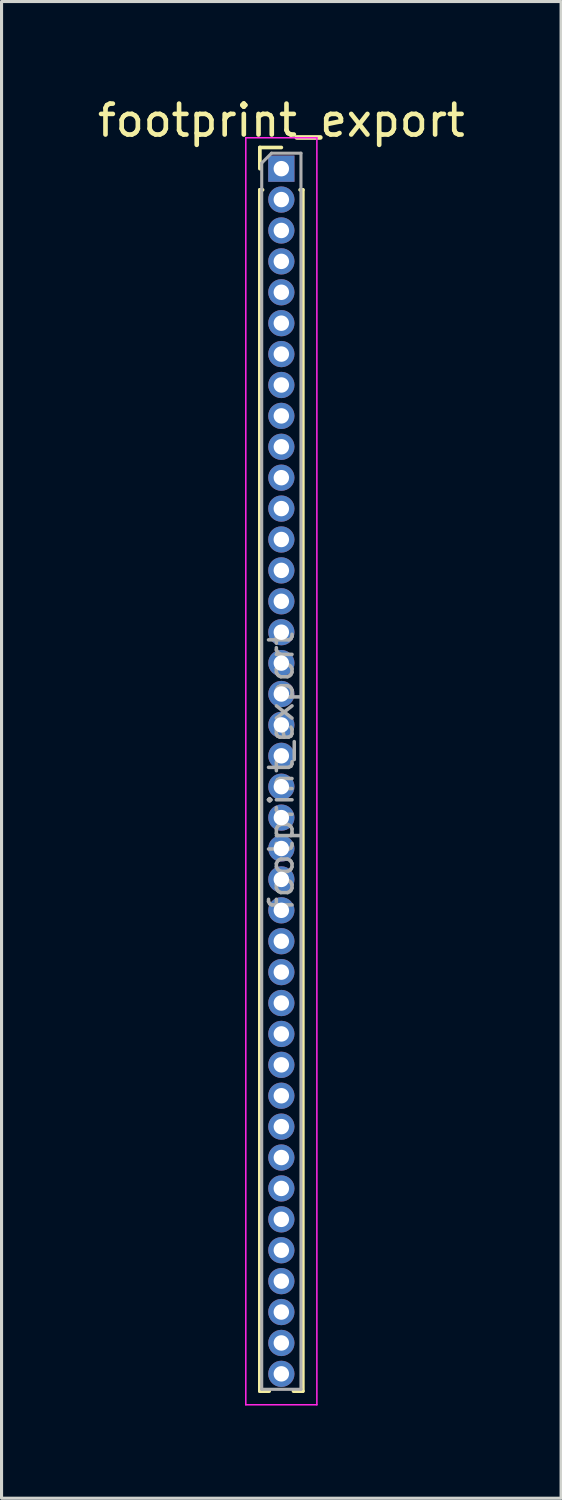
<source format=kicad_pcb>
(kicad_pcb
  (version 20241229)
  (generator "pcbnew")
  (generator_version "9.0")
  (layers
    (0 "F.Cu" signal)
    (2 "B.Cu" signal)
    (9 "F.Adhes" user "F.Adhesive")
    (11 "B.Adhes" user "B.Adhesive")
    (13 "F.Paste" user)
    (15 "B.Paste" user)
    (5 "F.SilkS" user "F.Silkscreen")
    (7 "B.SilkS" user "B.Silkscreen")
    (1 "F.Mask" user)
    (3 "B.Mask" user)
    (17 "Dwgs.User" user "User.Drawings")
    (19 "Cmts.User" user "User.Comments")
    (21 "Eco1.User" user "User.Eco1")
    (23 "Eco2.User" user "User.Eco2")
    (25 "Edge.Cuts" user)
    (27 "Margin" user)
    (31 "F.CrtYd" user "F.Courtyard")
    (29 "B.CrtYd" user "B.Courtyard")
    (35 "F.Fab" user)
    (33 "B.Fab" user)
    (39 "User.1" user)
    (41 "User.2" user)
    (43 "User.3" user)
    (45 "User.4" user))
  (footprint "footprint_export"
    (layer "F.Cu")
    (at 6.054 2.408)
    (property "Reference" "footprint_export" (at 0 -1.56 0) (layer "F.SilkS") (effects (font (size 1 1) (thickness 0.15))))
    (attr through_hole)
    (fp_line (start -0.695 -0.685) (end 0 -0.685) (stroke (width 0.12) (type solid)) (layer "F.SilkS"))
    (fp_line (start -0.695 0) (end -0.695 -0.685) (stroke (width 0.12) (type solid)) (layer "F.SilkS"))
    (fp_line (start -0.695 0.685) (end -0.695 39.56) (stroke (width 0.12) (type solid)) (layer "F.SilkS"))
    (fp_line (start -0.695 0.685) (end -0.608 0.685) (stroke (width 0.12) (type solid)) (layer "F.SilkS"))
    (fp_line (start -0.695 39.56) (end -0.394 39.56) (stroke (width 0.12) (type solid)) (layer "F.SilkS"))
    (fp_line (start 0.394 39.56) (end 0.695 39.56) (stroke (width 0.12) (type solid)) (layer "F.SilkS"))
    (fp_line (start 0.608 0.685) (end 0.695 0.685) (stroke (width 0.12) (type solid)) (layer "F.SilkS"))
    (fp_line (start 0.695 0.685) (end 0.695 39.56) (stroke (width 0.12) (type solid)) (layer "F.SilkS"))
    (fp_line (start -1.15 -1) (end -1.15 40) (stroke (width 0.05) (type solid)) (layer "F.CrtYd"))
    (fp_line (start -1.15 40) (end 1.15 40) (stroke (width 0.05) (type solid)) (layer "F.CrtYd"))
    (fp_line (start 1.15 -1) (end -1.15 -1) (stroke (width 0.05) (type solid)) (layer "F.CrtYd"))
    (fp_line (start 1.15 40) (end 1.15 -1) (stroke (width 0.05) (type solid)) (layer "F.CrtYd"))
    (fp_line (start -0.635 -0.182) (end -0.318 -0.5) (stroke (width 0.1) (type solid)) (layer "F.Fab"))
    (fp_line (start -0.635 39.5) (end -0.635 -0.182) (stroke (width 0.1) (type solid)) (layer "F.Fab"))
    (fp_line (start -0.318 -0.5) (end 0.635 -0.5) (stroke (width 0.1) (type solid)) (layer "F.Fab"))
    (fp_line (start 0.635 -0.5) (end 0.635 39.5) (stroke (width 0.1) (type solid)) (layer "F.Fab"))
    (fp_line (start 0.635 39.5) (end -0.635 39.5) (stroke (width 0.1) (type solid)) (layer "F.Fab"))
    (fp_text user "${REFERENCE}" (at 0 19.5 90) (layer "F.Fab") (effects (font (size 0.76 0.76) (thickness 0.114))))
    (pad "1" thru_hole rect (at 0 0) (size 0.85 0.85) (drill 0.5) (layers "*.Cu" "*.Mask"))
    (pad "2" thru_hole oval (at 0 1) (size 0.85 0.85) (drill 0.5) (layers "*.Cu" "*.Mask"))
    (pad "3" thru_hole oval (at 0 2) (size 0.85 0.85) (drill 0.5) (layers "*.Cu" "*.Mask"))
    (pad "4" thru_hole oval (at 0 3) (size 0.85 0.85) (drill 0.5) (layers "*.Cu" "*.Mask"))
    (pad "5" thru_hole oval (at 0 4) (size 0.85 0.85) (drill 0.5) (layers "*.Cu" "*.Mask"))
    (pad "6" thru_hole oval (at 0 5) (size 0.85 0.85) (drill 0.5) (layers "*.Cu" "*.Mask"))
    (pad "7" thru_hole oval (at 0 6) (size 0.85 0.85) (drill 0.5) (layers "*.Cu" "*.Mask"))
    (pad "8" thru_hole oval (at 0 7) (size 0.85 0.85) (drill 0.5) (layers "*.Cu" "*.Mask"))
    (pad "9" thru_hole oval (at 0 8) (size 0.85 0.85) (drill 0.5) (layers "*.Cu" "*.Mask"))
    (pad "10" thru_hole oval (at 0 9) (size 0.85 0.85) (drill 0.5) (layers "*.Cu" "*.Mask"))
    (pad "11" thru_hole oval (at 0 10) (size 0.85 0.85) (drill 0.5) (layers "*.Cu" "*.Mask"))
    (pad "12" thru_hole oval (at 0 11) (size 0.85 0.85) (drill 0.5) (layers "*.Cu" "*.Mask"))
    (pad "13" thru_hole oval (at 0 12) (size 0.85 0.85) (drill 0.5) (layers "*.Cu" "*.Mask"))
    (pad "14" thru_hole oval (at 0 13) (size 0.85 0.85) (drill 0.5) (layers "*.Cu" "*.Mask"))
    (pad "15" thru_hole oval (at 0 14) (size 0.85 0.85) (drill 0.5) (layers "*.Cu" "*.Mask"))
    (pad "16" thru_hole oval (at 0 15) (size 0.85 0.85) (drill 0.5) (layers "*.Cu" "*.Mask"))
    (pad "17" thru_hole oval (at 0 16) (size 0.85 0.85) (drill 0.5) (layers "*.Cu" "*.Mask"))
    (pad "18" thru_hole oval (at 0 17) (size 0.85 0.85) (drill 0.5) (layers "*.Cu" "*.Mask"))
    (pad "19" thru_hole oval (at 0 18) (size 0.85 0.85) (drill 0.5) (layers "*.Cu" "*.Mask"))
    (pad "20" thru_hole oval (at 0 19) (size 0.85 0.85) (drill 0.5) (layers "*.Cu" "*.Mask"))
    (pad "21" thru_hole oval (at 0 20) (size 0.85 0.85) (drill 0.5) (layers "*.Cu" "*.Mask"))
    (pad "22" thru_hole oval (at 0 21) (size 0.85 0.85) (drill 0.5) (layers "*.Cu" "*.Mask"))
    (pad "23" thru_hole oval (at 0 22) (size 0.85 0.85) (drill 0.5) (layers "*.Cu" "*.Mask"))
    (pad "24" thru_hole oval (at 0 23) (size 0.85 0.85) (drill 0.5) (layers "*.Cu" "*.Mask"))
    (pad "25" thru_hole oval (at 0 24) (size 0.85 0.85) (drill 0.5) (layers "*.Cu" "*.Mask"))
    (pad "26" thru_hole oval (at 0 25) (size 0.85 0.85) (drill 0.5) (layers "*.Cu" "*.Mask"))
    (pad "27" thru_hole oval (at 0 26) (size 0.85 0.85) (drill 0.5) (layers "*.Cu" "*.Mask"))
    (pad "28" thru_hole oval (at 0 27) (size 0.85 0.85) (drill 0.5) (layers "*.Cu" "*.Mask"))
    (pad "29" thru_hole oval (at 0 28) (size 0.85 0.85) (drill 0.5) (layers "*.Cu" "*.Mask"))
    (pad "30" thru_hole oval (at 0 29) (size 0.85 0.85) (drill 0.5) (layers "*.Cu" "*.Mask"))
    (pad "31" thru_hole oval (at 0 30) (size 0.85 0.85) (drill 0.5) (layers "*.Cu" "*.Mask"))
    (pad "32" thru_hole oval (at 0 31) (size 0.85 0.85) (drill 0.5) (layers "*.Cu" "*.Mask"))
    (pad "33" thru_hole oval (at 0 32) (size 0.85 0.85) (drill 0.5) (layers "*.Cu" "*.Mask"))
    (pad "34" thru_hole oval (at 0 33) (size 0.85 0.85) (drill 0.5) (layers "*.Cu" "*.Mask"))
    (pad "35" thru_hole oval (at 0 34) (size 0.85 0.85) (drill 0.5) (layers "*.Cu" "*.Mask"))
    (pad "36" thru_hole oval (at 0 35) (size 0.85 0.85) (drill 0.5) (layers "*.Cu" "*.Mask"))
    (pad "37" thru_hole oval (at 0 36) (size 0.85 0.85) (drill 0.5) (layers "*.Cu" "*.Mask"))
    (pad "38" thru_hole oval (at 0 37) (size 0.85 0.85) (drill 0.5) (layers "*.Cu" "*.Mask"))
    (pad "39" thru_hole oval (at 0 38) (size 0.85 0.85) (drill 0.5) (layers "*.Cu" "*.Mask"))
    (pad "40" thru_hole oval (at 0 39) (size 0.85 0.85) (drill 0.5) (layers "*.Cu" "*.Mask")))
  (gr_rect
    (start -3 -3)
    (end 15.107 45.433)
    (stroke (width 0.1) (type default))
    (fill no)
    (layer "Edge.Cuts")))
</source>
